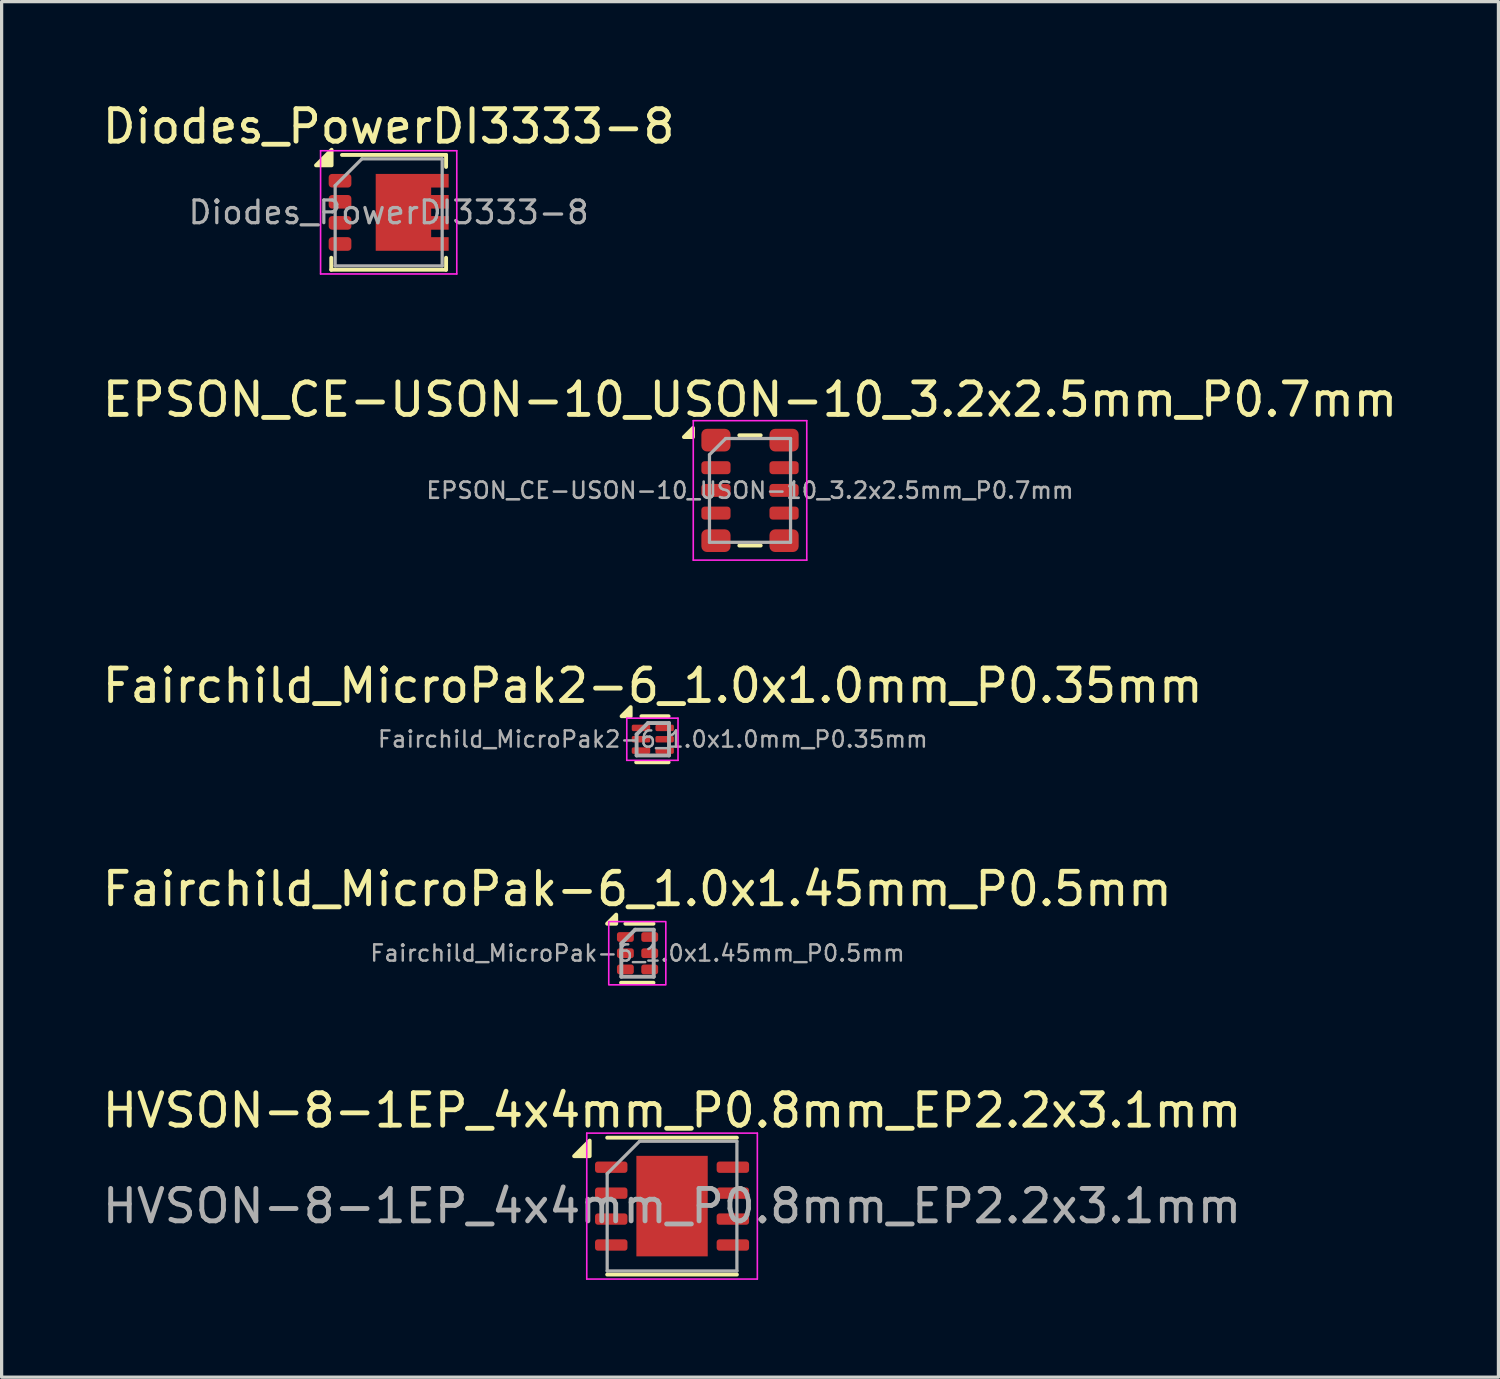
<source format=kicad_pcb>
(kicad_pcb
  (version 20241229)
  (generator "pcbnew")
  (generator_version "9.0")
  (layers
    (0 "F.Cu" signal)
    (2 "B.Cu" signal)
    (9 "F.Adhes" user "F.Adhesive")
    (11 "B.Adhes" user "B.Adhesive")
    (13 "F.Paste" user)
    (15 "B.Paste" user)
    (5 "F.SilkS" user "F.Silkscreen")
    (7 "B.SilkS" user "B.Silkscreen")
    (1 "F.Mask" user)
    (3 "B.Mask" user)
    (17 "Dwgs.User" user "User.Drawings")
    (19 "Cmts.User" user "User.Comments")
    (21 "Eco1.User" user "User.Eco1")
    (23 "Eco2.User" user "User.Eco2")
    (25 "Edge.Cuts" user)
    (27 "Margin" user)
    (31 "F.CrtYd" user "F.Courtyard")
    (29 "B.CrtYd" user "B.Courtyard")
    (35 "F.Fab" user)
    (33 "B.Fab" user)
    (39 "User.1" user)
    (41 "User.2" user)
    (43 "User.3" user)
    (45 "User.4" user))
  (footprint "EPSON_CE-USON-10_USON-10_3.2x2.5mm_P0.7mm"
    (layer "F.Cu")
    (at 20.077 12.072)
    (property "Reference" "EPSON_CE-USON-10_USON-10_3.2x2.5mm_P0.7mm" (at 0 -2.8 0) (layer "F.SilkS") (effects (font (size 1 1) (thickness 0.15))))
    (attr smd)
    (fp_line (start -0.33 -1.7) (end 0.33 -1.7) (stroke (width 0.12) (type solid)) (layer "F.SilkS"))
    (fp_line (start -0.33 1.7) (end 0.33 1.7) (stroke (width 0.12) (type solid)) (layer "F.SilkS"))
    (fp_poly (pts (xy -1.758 -1.645) (xy -2.038 -1.645) (xy -1.758 -1.925) (xy -1.758 -1.645)) (stroke (width 0.12) (type solid)) (fill yes) (layer "F.SilkS"))
    (fp_line (start -1.75 -2.15) (end -1.75 2.15) (stroke (width 0.05) (type solid)) (layer "F.CrtYd"))
    (fp_line (start -1.75 -2.15) (end 1.75 -2.15) (stroke (width 0.05) (type solid)) (layer "F.CrtYd"))
    (fp_line (start -1.75 2.15) (end 1.75 2.15) (stroke (width 0.05) (type solid)) (layer "F.CrtYd"))
    (fp_line (start 1.75 -2.15) (end 1.75 2.15) (stroke (width 0.05) (type solid)) (layer "F.CrtYd"))
    (fp_line (start -1.25 -1.1) (end -1.25 1.6) (stroke (width 0.1) (type solid)) (layer "F.Fab"))
    (fp_line (start -1.25 -1.1) (end -0.75 -1.6) (stroke (width 0.1) (type default)) (layer "F.Fab"))
    (fp_line (start -1.25 1.6) (end 1.25 1.6) (stroke (width 0.1) (type solid)) (layer "F.Fab"))
    (fp_line (start -0.75 -1.6) (end 1.25 -1.6) (stroke (width 0.1) (type solid)) (layer "F.Fab"))
    (fp_line (start 1.25 -1.6) (end 1.25 1.6) (stroke (width 0.1) (type solid)) (layer "F.Fab"))
    (fp_text user "${REFERENCE}" (at 0 0 0) (layer "F.Fab") (effects (font (size 0.5 0.5) (thickness 0.08))))
    (pad "1" smd roundrect (at -1.05 -1.55) (size 0.9 0.7) (layers "F.Cu" "F.Mask" "F.Paste") (roundrect_rratio 0.25))
    (pad "2" smd roundrect (at -1.05 -0.7) (size 0.9 0.4) (layers "F.Cu" "F.Mask" "F.Paste") (roundrect_rratio 0.25))
    (pad "3" smd roundrect (at -1.05 0) (size 0.9 0.4) (layers "F.Cu" "F.Mask" "F.Paste") (roundrect_rratio 0.25))
    (pad "4" smd roundrect (at -1.05 0.7) (size 0.9 0.4) (layers "F.Cu" "F.Mask" "F.Paste") (roundrect_rratio 0.25))
    (pad "5" smd roundrect (at -1.05 1.55) (size 0.9 0.7) (layers "F.Cu" "F.Mask" "F.Paste") (roundrect_rratio 0.25))
    (pad "6" smd roundrect (at 1.05 1.55) (size 0.9 0.7) (layers "F.Cu" "F.Mask" "F.Paste") (roundrect_rratio 0.25))
    (pad "7" smd roundrect (at 1.05 0.7) (size 0.9 0.4) (layers "F.Cu" "F.Mask" "F.Paste") (roundrect_rratio 0.25))
    (pad "8" smd roundrect (at 1.05 0) (size 0.9 0.4) (layers "F.Cu" "F.Mask" "F.Paste") (roundrect_rratio 0.25))
    (pad "9" smd roundrect (at 1.05 -0.7) (size 0.9 0.4) (layers "F.Cu" "F.Mask" "F.Paste") (roundrect_rratio 0.25))
    (pad "10" smd roundrect (at 1.05 -1.55) (size 0.9 0.7) (layers "F.Cu" "F.Mask" "F.Paste") (roundrect_rratio 0.25)))
  (footprint "Diodes_PowerDI3333-8"
    (layer "F.Cu")
    (at 8.935 3.498)
    (property "Reference" "Diodes_PowerDI3333-8" (at 0 -2.65 0) (layer "F.SilkS") (effects (font (size 1 1) (thickness 0.15))))
    (attr smd)
    (fp_line (start -1.77 1.77) (end -1.77 1.4) (stroke (width 0.12) (type solid)) (layer "F.SilkS"))
    (fp_line (start -1.77 1.77) (end 1.77 1.77) (stroke (width 0.12) (type solid)) (layer "F.SilkS"))
    (fp_line (start 1.77 -1.77) (end -1.44 -1.77) (stroke (width 0.12) (type solid)) (layer "F.SilkS"))
    (fp_line (start 1.77 -1.77) (end 1.77 -1.4) (stroke (width 0.12) (type solid)) (layer "F.SilkS"))
    (fp_line (start 1.77 1.77) (end 1.77 1.4) (stroke (width 0.12) (type solid)) (layer "F.SilkS"))
    (fp_poly (pts (xy -1.76 -1.45) (xy -2.24 -1.45) (xy -1.76 -1.93) (xy -1.76 -1.45)) (stroke (width 0.12) (type solid)) (fill yes) (layer "F.SilkS"))
    (fp_line (start -2.1 -1.9) (end -2.1 1.9) (stroke (width 0.05) (type solid)) (layer "F.CrtYd"))
    (fp_line (start -2.1 1.9) (end 2.1 1.9) (stroke (width 0.05) (type solid)) (layer "F.CrtYd"))
    (fp_line (start 2.1 -1.9) (end -2.1 -1.9) (stroke (width 0.05) (type solid)) (layer "F.CrtYd"))
    (fp_line (start 2.1 1.9) (end 2.1 -1.9) (stroke (width 0.05) (type solid)) (layer "F.CrtYd"))
    (fp_line (start -1.65 -0.825) (end -1.65 1.65) (stroke (width 0.1) (type solid)) (layer "F.Fab"))
    (fp_line (start -1.65 1.65) (end 1.65 1.65) (stroke (width 0.1) (type solid)) (layer "F.Fab"))
    (fp_line (start -0.825 -1.65) (end -1.65 -0.825) (stroke (width 0.1) (type solid)) (layer "F.Fab"))
    (fp_line (start 1.65 -1.65) (end -0.825 -1.65) (stroke (width 0.1) (type solid)) (layer "F.Fab"))
    (fp_line (start 1.65 1.65) (end 1.65 -1.65) (stroke (width 0.1) (type solid)) (layer "F.Fab"))
    (fp_text user "${REFERENCE}" (at 0 0 0) (layer "F.Fab") (effects (font (size 0.7 0.7) (thickness 0.1))))
    (pad "" smd roundrect (at 0.02 -0.565) (size 0.6 1) (layers "F.Paste") (roundrect_rratio 0.25))
    (pad "" smd roundrect (at 0.02 0.565) (size 0.6 1) (layers "F.Paste") (roundrect_rratio 0.25))
    (pad "" smd roundrect (at 0.73 -0.565) (size 0.6 1) (layers "F.Paste") (roundrect_rratio 0.25))
    (pad "" smd roundrect (at 0.73 0.565) (size 0.6 1) (layers "F.Paste") (roundrect_rratio 0.25))
    (pad "" smd roundrect (at 1.5 -0.975) (size 0.7 0.42) (layers "F.Paste") (roundrect_rratio 0.25))
    (pad "" smd roundrect (at 1.5 -0.325) (size 0.7 0.42) (layers "F.Paste") (roundrect_rratio 0.25))
    (pad "" smd roundrect (at 1.5 0.325) (size 0.7 0.42) (layers "F.Paste") (roundrect_rratio 0.25))
    (pad "" smd roundrect (at 1.5 0.975) (size 0.7 0.42) (layers "F.Paste") (roundrect_rratio 0.25))
    (pad "1" smd roundrect (at -1.5 -0.975) (size 0.7 0.42) (layers "F.Cu" "F.Mask" "F.Paste") (roundrect_rratio 0.25))
    (pad "2" smd roundrect (at -1.5 -0.325) (size 0.7 0.42) (layers "F.Cu" "F.Mask" "F.Paste") (roundrect_rratio 0.25))
    (pad "3" smd roundrect (at -1.5 0.325) (size 0.7 0.42) (layers "F.Cu" "F.Mask" "F.Paste") (roundrect_rratio 0.25))
    (pad "4" smd roundrect (at -1.5 0.975) (size 0.7 0.42) (layers "F.Cu" "F.Mask" "F.Paste") (roundrect_rratio 0.25))
    (pad "5" smd custom (at 0.455 0) (size 1.71 2.37) (layers "F.Cu" "F.Mask") (options (anchor rect)) (primitives (gr_poly (pts (xy 1.395 1.185) (xy 0.855 1.185) (xy 0.855 0.765) (xy 1.395 0.765)) (width 0) (fill yes)) (gr_poly (pts (xy 1.395 0.535) (xy 0.855 0.535) (xy 0.855 0.115) (xy 1.395 0.115)) (width 0) (fill yes)) (gr_poly (pts (xy 1.395 -0.115) (xy 0.855 -0.115) (xy 0.855 -0.535) (xy 1.395 -0.535)) (width 0) (fill yes)) (gr_poly (pts (xy 1.395 -0.765) (xy 0.855 -0.765) (xy 0.855 -1.185) (xy 1.395 -1.185)) (width 0) (fill yes)))))
  (footprint "Fairchild_MicroPak2-6_1.0x1.0mm_P0.35mm"
    (layer "F.Cu")
    (at 17.067 19.745)
    (property "Reference" "Fairchild_MicroPak2-6_1.0x1.0mm_P0.35mm" (at 0.01 -1.65 0) (layer "F.SilkS") (effects (font (size 1 1) (thickness 0.15))))
    (attr smd)
    (fp_line (start -0.5 0.71) (end 0.5 0.71) (stroke (width 0.12) (type solid)) (layer "F.SilkS"))
    (fp_line (start -0.338 -0.71) (end 0.5 -0.71) (stroke (width 0.12) (type solid)) (layer "F.SilkS"))
    (fp_poly (pts (xy -0.67 -0.71) (xy -0.95 -0.71) (xy -0.67 -0.99) (xy -0.67 -0.71)) (stroke (width 0.12) (type solid)) (fill yes) (layer "F.SilkS"))
    (fp_line (start -0.79 -0.65) (end -0.79 0.65) (stroke (width 0.05) (type solid)) (layer "F.CrtYd"))
    (fp_line (start -0.79 -0.65) (end 0.79 -0.65) (stroke (width 0.05) (type solid)) (layer "F.CrtYd"))
    (fp_line (start 0.79 0.65) (end -0.79 0.65) (stroke (width 0.05) (type solid)) (layer "F.CrtYd"))
    (fp_line (start 0.79 0.65) (end 0.79 -0.65) (stroke (width 0.05) (type solid)) (layer "F.CrtYd"))
    (fp_line (start -0.487 -0.15) (end -0.138 -0.5) (stroke (width 0.12) (type solid)) (layer "F.Fab"))
    (fp_line (start -0.487 0.5) (end -0.487 -0.15) (stroke (width 0.12) (type solid)) (layer "F.Fab"))
    (fp_line (start -0.138 -0.5) (end 0.512 -0.5) (stroke (width 0.12) (type solid)) (layer "F.Fab"))
    (fp_line (start 0.512 -0.5) (end 0.512 0.5) (stroke (width 0.12) (type solid)) (layer "F.Fab"))
    (fp_line (start 0.512 0.5) (end -0.487 0.5) (stroke (width 0.12) (type solid)) (layer "F.Fab"))
    (fp_text user "${REFERENCE}" (at 0.013 0 0) (layer "F.Fab") (effects (font (size 0.5 0.5) (thickness 0.075))))
    (pad "1" smd roundrect (at -0.352 -0.35) (size 0.57 0.2) (layers "F.Cu" "F.Mask" "F.Paste") (roundrect_rratio 0.25))
    (pad "2" smd roundrect (at -0.352 0) (size 0.57 0.2) (layers "F.Cu" "F.Mask" "F.Paste") (roundrect_rratio 0.25))
    (pad "3" smd roundrect (at -0.352 0.35) (size 0.57 0.2) (layers "F.Cu" "F.Mask" "F.Paste") (roundrect_rratio 0.25))
    (pad "4" smd roundrect (at 0.378 0.35) (size 0.57 0.2) (layers "F.Cu" "F.Mask" "F.Paste") (roundrect_rratio 0.25))
    (pad "5" smd roundrect (at 0.378 0) (size 0.57 0.2) (layers "F.Cu" "F.Mask" "F.Paste") (roundrect_rratio 0.25))
    (pad "6" smd roundrect (at 0.378 -0.35) (size 0.57 0.2) (layers "F.Cu" "F.Mask" "F.Paste") (roundrect_rratio 0.25)))
  (footprint "HVSON-8-1EP_4x4mm_P0.8mm_EP2.2x3.1mm"
    (layer "F.Cu")
    (at 17.673 34.141)
    (property "Reference" "HVSON-8-1EP_4x4mm_P0.8mm_EP2.2x3.1mm" (at 0 -2.95 0) (layer "F.SilkS") (effects (font (size 1 1) (thickness 0.15))))
    (attr smd)
    (fp_line (start -2 -2.11) (end 2 -2.11) (stroke (width 0.12) (type solid)) (layer "F.SilkS"))
    (fp_line (start -2 2.11) (end 2 2.11) (stroke (width 0.12) (type solid)) (layer "F.SilkS"))
    (fp_poly (pts (xy -2.54 -1.54) (xy -3.02 -1.54) (xy -2.54 -2.02) (xy -2.54 -1.54)) (stroke (width 0.12) (type solid)) (fill yes) (layer "F.SilkS"))
    (fp_line (start -2.63 -2.25) (end -2.63 2.25) (stroke (width 0.05) (type solid)) (layer "F.CrtYd"))
    (fp_line (start -2.63 2.25) (end 2.63 2.25) (stroke (width 0.05) (type solid)) (layer "F.CrtYd"))
    (fp_line (start 2.63 -2.25) (end -2.63 -2.25) (stroke (width 0.05) (type solid)) (layer "F.CrtYd"))
    (fp_line (start 2.63 2.25) (end 2.63 -2.25) (stroke (width 0.05) (type solid)) (layer "F.CrtYd"))
    (fp_line (start -2 -1) (end -1 -2) (stroke (width 0.1) (type solid)) (layer "F.Fab"))
    (fp_line (start -2 2) (end -2 -1) (stroke (width 0.1) (type solid)) (layer "F.Fab"))
    (fp_line (start -1 -2) (end 2 -2) (stroke (width 0.1) (type solid)) (layer "F.Fab"))
    (fp_line (start 2 -2) (end 2 2) (stroke (width 0.1) (type solid)) (layer "F.Fab"))
    (fp_line (start 2 2) (end -2 2) (stroke (width 0.1) (type solid)) (layer "F.Fab"))
    (fp_text user "${REFERENCE}" (at 0 0 0) (layer "F.Fab") (effects (font (size 1 1) (thickness 0.15))))
    (pad "" smd roundrect (at -0.55 -0.775) (size 0.89 1.25) (layers "F.Paste") (roundrect_rratio 0.25))
    (pad "" smd roundrect (at -0.55 0.775) (size 0.89 1.25) (layers "F.Paste") (roundrect_rratio 0.25))
    (pad "" smd roundrect (at 0.55 -0.775) (size 0.89 1.25) (layers "F.Paste") (roundrect_rratio 0.25))
    (pad "" smd roundrect (at 0.55 0.775) (size 0.89 1.25) (layers "F.Paste") (roundrect_rratio 0.25))
    (pad "1" smd roundrect (at -1.875 -1.2) (size 1 0.35) (layers "F.Cu" "F.Mask" "F.Paste") (roundrect_rratio 0.25))
    (pad "2" smd roundrect (at -1.875 -0.4) (size 1 0.35) (layers "F.Cu" "F.Mask" "F.Paste") (roundrect_rratio 0.25))
    (pad "3" smd roundrect (at -1.875 0.4) (size 1 0.35) (layers "F.Cu" "F.Mask" "F.Paste") (roundrect_rratio 0.25))
    (pad "4" smd roundrect (at -1.875 1.2) (size 1 0.35) (layers "F.Cu" "F.Mask" "F.Paste") (roundrect_rratio 0.25))
    (pad "5" smd roundrect (at 1.875 1.2) (size 1 0.35) (layers "F.Cu" "F.Mask" "F.Paste") (roundrect_rratio 0.25))
    (pad "6" smd roundrect (at 1.875 0.4) (size 1 0.35) (layers "F.Cu" "F.Mask" "F.Paste") (roundrect_rratio 0.25))
    (pad "7" smd roundrect (at 1.875 -0.4) (size 1 0.35) (layers "F.Cu" "F.Mask" "F.Paste") (roundrect_rratio 0.25))
    (pad "8" smd roundrect (at 1.875 -1.2) (size 1 0.35) (layers "F.Cu" "F.Mask" "F.Paste") (roundrect_rratio 0.25))
    (pad "9" smd rect (at 0 0) (size 2.2 3.1) (property pad_prop_heatsink) (layers "F.Cu" "F.Mask")))
  (footprint "Fairchild_MicroPak-6_1.0x1.45mm_P0.5mm"
    (layer "F.Cu")
    (at 16.601 26.343)
    (property "Reference" "Fairchild_MicroPak-6_1.0x1.45mm_P0.5mm" (at 0 -1.98 0) (layer "F.SilkS") (effects (font (size 1 1) (thickness 0.15))))
    (attr smd)
    (fp_line (start 0.5 -0.91) (end -0.367 -0.91) (stroke (width 0.12) (type solid)) (layer "F.SilkS"))
    (fp_line (start 0.5 0.91) (end -0.5 0.91) (stroke (width 0.12) (type solid)) (layer "F.SilkS"))
    (fp_poly (pts (xy -0.65 -0.91) (xy -0.93 -0.91) (xy -0.65 -1.19) (xy -0.65 -0.91)) (stroke (width 0.12) (type solid)) (fill yes) (layer "F.SilkS"))
    (fp_rect (start -0.88 -0.975) (end 0.88 0.975) (stroke (width 0.05) (type default)) (fill no) (layer "F.CrtYd"))
    (fp_line (start -0.492 -0.3) (end -0.068 -0.725) (stroke (width 0.12) (type solid)) (layer "F.Fab"))
    (fp_line (start -0.492 0.725) (end -0.492 -0.3) (stroke (width 0.12) (type solid)) (layer "F.Fab"))
    (fp_line (start -0.068 -0.725) (end 0.507 -0.725) (stroke (width 0.12) (type solid)) (layer "F.Fab"))
    (fp_line (start 0.507 -0.725) (end 0.507 0.725) (stroke (width 0.12) (type solid)) (layer "F.Fab"))
    (fp_line (start 0.507 0.725) (end -0.492 0.725) (stroke (width 0.12) (type solid)) (layer "F.Fab"))
    (fp_text user "${REFERENCE}" (at 0.007 0 0) (layer "F.Fab") (effects (font (size 0.5 0.5) (thickness 0.075))))
    (pad "1" smd roundrect (at -0.367 -0.5) (size 0.52 0.3) (layers "F.Cu" "F.Mask" "F.Paste") (roundrect_rratio 0.25))
    (pad "2" smd roundrect (at -0.367 0) (size 0.52 0.3) (layers "F.Cu" "F.Mask" "F.Paste") (roundrect_rratio 0.25))
    (pad "3" smd roundrect (at -0.367 0.5) (size 0.52 0.3) (layers "F.Cu" "F.Mask" "F.Paste") (roundrect_rratio 0.25))
    (pad "4" smd roundrect (at 0.383 0.5) (size 0.52 0.3) (layers "F.Cu" "F.Mask" "F.Paste") (roundrect_rratio 0.25))
    (pad "5" smd roundrect (at 0.383 0) (size 0.52 0.3) (layers "F.Cu" "F.Mask" "F.Paste") (roundrect_rratio 0.25))
    (pad "6" smd roundrect (at 0.383 -0.5) (size 0.52 0.3) (layers "F.Cu" "F.Mask" "F.Paste") (roundrect_rratio 0.25)))
  (gr_rect
    (start -3 -3)
    (end 43.155 39.416)
    (stroke (width 0.1) (type default))
    (fill no)
    (layer "Edge.Cuts")))
</source>
